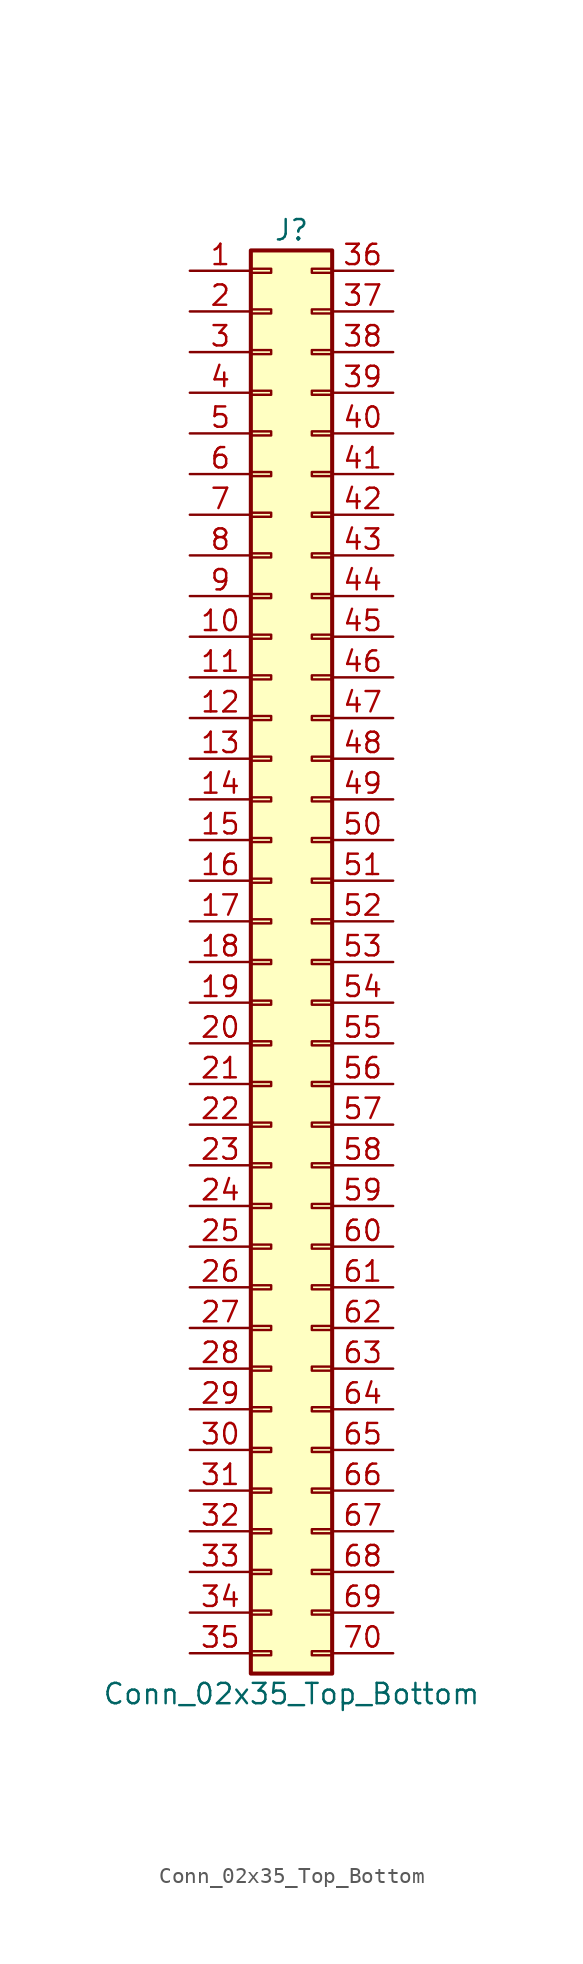
<source format=kicad_sym>
(kicad_symbol_lib
  (version 20220914)
  (generator kicad_symbol_editor)
  (symbol "Conn_02x35_Top_Bottom"
    (pin_names
      (offset 1.016) hide)
    (property "Reference" "J"
      (at 1.27 45.72 0)
      (effects (font (size 1.27 1.27))))
    (property "Value" "Conn_02x35_Top_Bottom"
      (at 1.27 -45.72 0)
      (effects (font (size 1.27 1.27))))
    (symbol "Conn_02x35_Top_Bottom_1_1"
      (rectangle (start -1.27 -43.053) (end 0 -43.307) (stroke (width 0.152) (type solid)) (fill (type none)))
      (rectangle (start -1.27 -40.513) (end 0 -40.767) (stroke (width 0.152) (type solid)) (fill (type none)))
      (rectangle (start -1.27 -37.973) (end 0 -38.227) (stroke (width 0.152) (type solid)) (fill (type none)))
      (rectangle (start -1.27 -35.433) (end 0 -35.687) (stroke (width 0.152) (type solid)) (fill (type none)))
      (rectangle (start -1.27 -32.893) (end 0 -33.147) (stroke (width 0.152) (type solid)) (fill (type none)))
      (rectangle (start -1.27 -30.353) (end 0 -30.607) (stroke (width 0.152) (type solid)) (fill (type none)))
      (rectangle (start -1.27 -27.813) (end 0 -28.067) (stroke (width 0.152) (type solid)) (fill (type none)))
      (rectangle (start -1.27 -25.273) (end 0 -25.527) (stroke (width 0.152) (type solid)) (fill (type none)))
      (rectangle (start -1.27 -22.733) (end 0 -22.987) (stroke (width 0.152) (type solid)) (fill (type none)))
      (rectangle (start -1.27 -20.193) (end 0 -20.447) (stroke (width 0.152) (type solid)) (fill (type none)))
      (rectangle (start -1.27 -17.653) (end 0 -17.907) (stroke (width 0.152) (type solid)) (fill (type none)))
      (rectangle (start -1.27 -15.113) (end 0 -15.367) (stroke (width 0.152) (type solid)) (fill (type none)))
      (rectangle (start -1.27 -12.573) (end 0 -12.827) (stroke (width 0.152) (type solid)) (fill (type none)))
      (rectangle (start -1.27 -10.033) (end 0 -10.287) (stroke (width 0.152) (type solid)) (fill (type none)))
      (rectangle (start -1.27 -7.493) (end 0 -7.747) (stroke (width 0.152) (type solid)) (fill (type none)))
      (rectangle (start -1.27 -4.953) (end 0 -5.207) (stroke (width 0.152) (type solid)) (fill (type none)))
      (rectangle (start -1.27 -2.413) (end 0 -2.667) (stroke (width 0.152) (type solid)) (fill (type none)))
      (rectangle (start -1.27 0.127) (end 0 -0.127) (stroke (width 0.152) (type solid)) (fill (type none)))
      (rectangle (start -1.27 2.667) (end 0 2.413) (stroke (width 0.152) (type solid)) (fill (type none)))
      (rectangle (start -1.27 5.207) (end 0 4.953) (stroke (width 0.152) (type solid)) (fill (type none)))
      (rectangle (start -1.27 7.747) (end 0 7.493) (stroke (width 0.152) (type solid)) (fill (type none)))
      (rectangle (start -1.27 10.287) (end 0 10.033) (stroke (width 0.152) (type solid)) (fill (type none)))
      (rectangle (start -1.27 12.827) (end 0 12.573) (stroke (width 0.152) (type solid)) (fill (type none)))
      (rectangle (start -1.27 15.367) (end 0 15.113) (stroke (width 0.152) (type solid)) (fill (type none)))
      (rectangle (start -1.27 17.907) (end 0 17.653) (stroke (width 0.152) (type solid)) (fill (type none)))
      (rectangle (start -1.27 20.447) (end 0 20.193) (stroke (width 0.152) (type solid)) (fill (type none)))
      (rectangle (start -1.27 22.987) (end 0 22.733) (stroke (width 0.152) (type solid)) (fill (type none)))
      (rectangle (start -1.27 25.527) (end 0 25.273) (stroke (width 0.152) (type solid)) (fill (type none)))
      (rectangle (start -1.27 28.067) (end 0 27.813) (stroke (width 0.152) (type solid)) (fill (type none)))
      (rectangle (start -1.27 30.607) (end 0 30.353) (stroke (width 0.152) (type solid)) (fill (type none)))
      (rectangle (start -1.27 33.147) (end 0 32.893) (stroke (width 0.152) (type solid)) (fill (type none)))
      (rectangle (start -1.27 35.687) (end 0 35.433) (stroke (width 0.152) (type solid)) (fill (type none)))
      (rectangle (start -1.27 38.227) (end 0 37.973) (stroke (width 0.152) (type solid)) (fill (type none)))
      (rectangle (start -1.27 40.767) (end 0 40.513) (stroke (width 0.152) (type solid)) (fill (type none)))
      (rectangle (start -1.27 43.307) (end 0 43.053) (stroke (width 0.152) (type solid)) (fill (type none)))
      (rectangle (start -1.27 44.45) (end 3.81 -44.45) (stroke (width 0.254) (type solid)) (fill (type background)))
      (rectangle (start 3.81 -43.053) (end 2.54 -43.307) (stroke (width 0.152) (type solid)) (fill (type none)))
      (rectangle (start 3.81 -40.513) (end 2.54 -40.767) (stroke (width 0.152) (type solid)) (fill (type none)))
      (rectangle (start 3.81 -37.973) (end 2.54 -38.227) (stroke (width 0.152) (type solid)) (fill (type none)))
      (rectangle (start 3.81 -35.433) (end 2.54 -35.687) (stroke (width 0.152) (type solid)) (fill (type none)))
      (rectangle (start 3.81 -32.893) (end 2.54 -33.147) (stroke (width 0.152) (type solid)) (fill (type none)))
      (rectangle (start 3.81 -30.353) (end 2.54 -30.607) (stroke (width 0.152) (type solid)) (fill (type none)))
      (rectangle (start 3.81 -27.813) (end 2.54 -28.067) (stroke (width 0.152) (type solid)) (fill (type none)))
      (rectangle (start 3.81 -25.273) (end 2.54 -25.527) (stroke (width 0.152) (type solid)) (fill (type none)))
      (rectangle (start 3.81 -22.733) (end 2.54 -22.987) (stroke (width 0.152) (type solid)) (fill (type none)))
      (rectangle (start 3.81 -20.193) (end 2.54 -20.447) (stroke (width 0.152) (type solid)) (fill (type none)))
      (rectangle (start 3.81 -17.653) (end 2.54 -17.907) (stroke (width 0.152) (type solid)) (fill (type none)))
      (rectangle (start 3.81 -15.113) (end 2.54 -15.367) (stroke (width 0.152) (type solid)) (fill (type none)))
      (rectangle (start 3.81 -12.573) (end 2.54 -12.827) (stroke (width 0.152) (type solid)) (fill (type none)))
      (rectangle (start 3.81 -10.033) (end 2.54 -10.287) (stroke (width 0.152) (type solid)) (fill (type none)))
      (rectangle (start 3.81 -7.493) (end 2.54 -7.747) (stroke (width 0.152) (type solid)) (fill (type none)))
      (rectangle (start 3.81 -4.953) (end 2.54 -5.207) (stroke (width 0.152) (type solid)) (fill (type none)))
      (rectangle (start 3.81 -2.413) (end 2.54 -2.667) (stroke (width 0.152) (type solid)) (fill (type none)))
      (rectangle (start 3.81 0.127) (end 2.54 -0.127) (stroke (width 0.152) (type solid)) (fill (type none)))
      (rectangle (start 3.81 2.667) (end 2.54 2.413) (stroke (width 0.152) (type solid)) (fill (type none)))
      (rectangle (start 3.81 5.207) (end 2.54 4.953) (stroke (width 0.152) (type solid)) (fill (type none)))
      (rectangle (start 3.81 7.747) (end 2.54 7.493) (stroke (width 0.152) (type solid)) (fill (type none)))
      (rectangle (start 3.81 10.287) (end 2.54 10.033) (stroke (width 0.152) (type solid)) (fill (type none)))
      (rectangle (start 3.81 12.827) (end 2.54 12.573) (stroke (width 0.152) (type solid)) (fill (type none)))
      (rectangle (start 3.81 15.367) (end 2.54 15.113) (stroke (width 0.152) (type solid)) (fill (type none)))
      (rectangle (start 3.81 17.907) (end 2.54 17.653) (stroke (width 0.152) (type solid)) (fill (type none)))
      (rectangle (start 3.81 20.447) (end 2.54 20.193) (stroke (width 0.152) (type solid)) (fill (type none)))
      (rectangle (start 3.81 22.987) (end 2.54 22.733) (stroke (width 0.152) (type solid)) (fill (type none)))
      (rectangle (start 3.81 25.527) (end 2.54 25.273) (stroke (width 0.152) (type solid)) (fill (type none)))
      (rectangle (start 3.81 28.067) (end 2.54 27.813) (stroke (width 0.152) (type solid)) (fill (type none)))
      (rectangle (start 3.81 30.607) (end 2.54 30.353) (stroke (width 0.152) (type solid)) (fill (type none)))
      (rectangle (start 3.81 33.147) (end 2.54 32.893) (stroke (width 0.152) (type solid)) (fill (type none)))
      (rectangle (start 3.81 35.687) (end 2.54 35.433) (stroke (width 0.152) (type solid)) (fill (type none)))
      (rectangle (start 3.81 38.227) (end 2.54 37.973) (stroke (width 0.152) (type solid)) (fill (type none)))
      (rectangle (start 3.81 40.767) (end 2.54 40.513) (stroke (width 0.152) (type solid)) (fill (type none)))
      (rectangle (start 3.81 43.307) (end 2.54 43.053) (stroke (width 0.152) (type solid)) (fill (type none)))
      (pin passive line (at -5.08 43.18 0) (length 3.81) (name "Pin_1" (effects (font (size 1.27 1.27)))) (number "1" (effects (font (size 1.27 1.27)))))
      (pin passive line (at -5.08 20.32 0) (length 3.81) (name "Pin_10" (effects (font (size 1.27 1.27)))) (number "10" (effects (font (size 1.27 1.27)))))
      (pin passive line (at -5.08 17.78 0) (length 3.81) (name "Pin_11" (effects (font (size 1.27 1.27)))) (number "11" (effects (font (size 1.27 1.27)))))
      (pin passive line (at -5.08 15.24 0) (length 3.81) (name "Pin_12" (effects (font (size 1.27 1.27)))) (number "12" (effects (font (size 1.27 1.27)))))
      (pin passive line (at -5.08 12.7 0) (length 3.81) (name "Pin_13" (effects (font (size 1.27 1.27)))) (number "13" (effects (font (size 1.27 1.27)))))
      (pin passive line (at -5.08 10.16 0) (length 3.81) (name "Pin_14" (effects (font (size 1.27 1.27)))) (number "14" (effects (font (size 1.27 1.27)))))
      (pin passive line (at -5.08 7.62 0) (length 3.81) (name "Pin_15" (effects (font (size 1.27 1.27)))) (number "15" (effects (font (size 1.27 1.27)))))
      (pin passive line (at -5.08 5.08 0) (length 3.81) (name "Pin_16" (effects (font (size 1.27 1.27)))) (number "16" (effects (font (size 1.27 1.27)))))
      (pin passive line (at -5.08 2.54 0) (length 3.81) (name "Pin_17" (effects (font (size 1.27 1.27)))) (number "17" (effects (font (size 1.27 1.27)))))
      (pin passive line (at -5.08 0 0) (length 3.81) (name "Pin_18" (effects (font (size 1.27 1.27)))) (number "18" (effects (font (size 1.27 1.27)))))
      (pin passive line (at -5.08 -2.54 0) (length 3.81) (name "Pin_19" (effects (font (size 1.27 1.27)))) (number "19" (effects (font (size 1.27 1.27)))))
      (pin passive line (at -5.08 40.64 0) (length 3.81) (name "Pin_2" (effects (font (size 1.27 1.27)))) (number "2" (effects (font (size 1.27 1.27)))))
      (pin passive line (at -5.08 -5.08 0) (length 3.81) (name "Pin_20" (effects (font (size 1.27 1.27)))) (number "20" (effects (font (size 1.27 1.27)))))
      (pin passive line (at -5.08 -7.62 0) (length 3.81) (name "Pin_21" (effects (font (size 1.27 1.27)))) (number "21" (effects (font (size 1.27 1.27)))))
      (pin passive line (at -5.08 -10.16 0) (length 3.81) (name "Pin_22" (effects (font (size 1.27 1.27)))) (number "22" (effects (font (size 1.27 1.27)))))
      (pin passive line (at -5.08 -12.7 0) (length 3.81) (name "Pin_23" (effects (font (size 1.27 1.27)))) (number "23" (effects (font (size 1.27 1.27)))))
      (pin passive line (at -5.08 -15.24 0) (length 3.81) (name "Pin_24" (effects (font (size 1.27 1.27)))) (number "24" (effects (font (size 1.27 1.27)))))
      (pin passive line (at -5.08 -17.78 0) (length 3.81) (name "Pin_25" (effects (font (size 1.27 1.27)))) (number "25" (effects (font (size 1.27 1.27)))))
      (pin passive line (at -5.08 -20.32 0) (length 3.81) (name "Pin_26" (effects (font (size 1.27 1.27)))) (number "26" (effects (font (size 1.27 1.27)))))
      (pin passive line (at -5.08 -22.86 0) (length 3.81) (name "Pin_27" (effects (font (size 1.27 1.27)))) (number "27" (effects (font (size 1.27 1.27)))))
      (pin passive line (at -5.08 -25.4 0) (length 3.81) (name "Pin_28" (effects (font (size 1.27 1.27)))) (number "28" (effects (font (size 1.27 1.27)))))
      (pin passive line (at -5.08 -27.94 0) (length 3.81) (name "Pin_29" (effects (font (size 1.27 1.27)))) (number "29" (effects (font (size 1.27 1.27)))))
      (pin passive line (at -5.08 38.1 0) (length 3.81) (name "Pin_3" (effects (font (size 1.27 1.27)))) (number "3" (effects (font (size 1.27 1.27)))))
      (pin passive line (at -5.08 -30.48 0) (length 3.81) (name "Pin_30" (effects (font (size 1.27 1.27)))) (number "30" (effects (font (size 1.27 1.27)))))
      (pin passive line (at -5.08 -33.02 0) (length 3.81) (name "Pin_31" (effects (font (size 1.27 1.27)))) (number "31" (effects (font (size 1.27 1.27)))))
      (pin passive line (at -5.08 -35.56 0) (length 3.81) (name "Pin_32" (effects (font (size 1.27 1.27)))) (number "32" (effects (font (size 1.27 1.27)))))
      (pin passive line (at -5.08 -38.1 0) (length 3.81) (name "Pin_33" (effects (font (size 1.27 1.27)))) (number "33" (effects (font (size 1.27 1.27)))))
      (pin passive line (at -5.08 -40.64 0) (length 3.81) (name "Pin_34" (effects (font (size 1.27 1.27)))) (number "34" (effects (font (size 1.27 1.27)))))
      (pin passive line (at -5.08 -43.18 0) (length 3.81) (name "Pin_35" (effects (font (size 1.27 1.27)))) (number "35" (effects (font (size 1.27 1.27)))))
      (pin passive line (at 7.62 43.18 180) (length 3.81) (name "Pin_36" (effects (font (size 1.27 1.27)))) (number "36" (effects (font (size 1.27 1.27)))))
      (pin passive line (at 7.62 40.64 180) (length 3.81) (name "Pin_37" (effects (font (size 1.27 1.27)))) (number "37" (effects (font (size 1.27 1.27)))))
      (pin passive line (at 7.62 38.1 180) (length 3.81) (name "Pin_38" (effects (font (size 1.27 1.27)))) (number "38" (effects (font (size 1.27 1.27)))))
      (pin passive line (at 7.62 35.56 180) (length 3.81) (name "Pin_39" (effects (font (size 1.27 1.27)))) (number "39" (effects (font (size 1.27 1.27)))))
      (pin passive line (at -5.08 35.56 0) (length 3.81) (name "Pin_4" (effects (font (size 1.27 1.27)))) (number "4" (effects (font (size 1.27 1.27)))))
      (pin passive line (at 7.62 33.02 180) (length 3.81) (name "Pin_40" (effects (font (size 1.27 1.27)))) (number "40" (effects (font (size 1.27 1.27)))))
      (pin passive line (at 7.62 30.48 180) (length 3.81) (name "Pin_41" (effects (font (size 1.27 1.27)))) (number "41" (effects (font (size 1.27 1.27)))))
      (pin passive line (at 7.62 27.94 180) (length 3.81) (name "Pin_42" (effects (font (size 1.27 1.27)))) (number "42" (effects (font (size 1.27 1.27)))))
      (pin passive line (at 7.62 25.4 180) (length 3.81) (name "Pin_43" (effects (font (size 1.27 1.27)))) (number "43" (effects (font (size 1.27 1.27)))))
      (pin passive line (at 7.62 22.86 180) (length 3.81) (name "Pin_44" (effects (font (size 1.27 1.27)))) (number "44" (effects (font (size 1.27 1.27)))))
      (pin passive line (at 7.62 20.32 180) (length 3.81) (name "Pin_45" (effects (font (size 1.27 1.27)))) (number "45" (effects (font (size 1.27 1.27)))))
      (pin passive line (at 7.62 17.78 180) (length 3.81) (name "Pin_46" (effects (font (size 1.27 1.27)))) (number "46" (effects (font (size 1.27 1.27)))))
      (pin passive line (at 7.62 15.24 180) (length 3.81) (name "Pin_47" (effects (font (size 1.27 1.27)))) (number "47" (effects (font (size 1.27 1.27)))))
      (pin passive line (at 7.62 12.7 180) (length 3.81) (name "Pin_48" (effects (font (size 1.27 1.27)))) (number "48" (effects (font (size 1.27 1.27)))))
      (pin passive line (at 7.62 10.16 180) (length 3.81) (name "Pin_49" (effects (font (size 1.27 1.27)))) (number "49" (effects (font (size 1.27 1.27)))))
      (pin passive line (at -5.08 33.02 0) (length 3.81) (name "Pin_5" (effects (font (size 1.27 1.27)))) (number "5" (effects (font (size 1.27 1.27)))))
      (pin passive line (at 7.62 7.62 180) (length 3.81) (name "Pin_50" (effects (font (size 1.27 1.27)))) (number "50" (effects (font (size 1.27 1.27)))))
      (pin passive line (at 7.62 5.08 180) (length 3.81) (name "Pin_51" (effects (font (size 1.27 1.27)))) (number "51" (effects (font (size 1.27 1.27)))))
      (pin passive line (at 7.62 2.54 180) (length 3.81) (name "Pin_52" (effects (font (size 1.27 1.27)))) (number "52" (effects (font (size 1.27 1.27)))))
      (pin passive line (at 7.62 0 180) (length 3.81) (name "Pin_53" (effects (font (size 1.27 1.27)))) (number "53" (effects (font (size 1.27 1.27)))))
      (pin passive line (at 7.62 -2.54 180) (length 3.81) (name "Pin_54" (effects (font (size 1.27 1.27)))) (number "54" (effects (font (size 1.27 1.27)))))
      (pin passive line (at 7.62 -5.08 180) (length 3.81) (name "Pin_55" (effects (font (size 1.27 1.27)))) (number "55" (effects (font (size 1.27 1.27)))))
      (pin passive line (at 7.62 -7.62 180) (length 3.81) (name "Pin_56" (effects (font (size 1.27 1.27)))) (number "56" (effects (font (size 1.27 1.27)))))
      (pin passive line (at 7.62 -10.16 180) (length 3.81) (name "Pin_57" (effects (font (size 1.27 1.27)))) (number "57" (effects (font (size 1.27 1.27)))))
      (pin passive line (at 7.62 -12.7 180) (length 3.81) (name "Pin_58" (effects (font (size 1.27 1.27)))) (number "58" (effects (font (size 1.27 1.27)))))
      (pin passive line (at 7.62 -15.24 180) (length 3.81) (name "Pin_59" (effects (font (size 1.27 1.27)))) (number "59" (effects (font (size 1.27 1.27)))))
      (pin passive line (at -5.08 30.48 0) (length 3.81) (name "Pin_6" (effects (font (size 1.27 1.27)))) (number "6" (effects (font (size 1.27 1.27)))))
      (pin passive line (at 7.62 -17.78 180) (length 3.81) (name "Pin_60" (effects (font (size 1.27 1.27)))) (number "60" (effects (font (size 1.27 1.27)))))
      (pin passive line (at 7.62 -20.32 180) (length 3.81) (name "Pin_61" (effects (font (size 1.27 1.27)))) (number "61" (effects (font (size 1.27 1.27)))))
      (pin passive line (at 7.62 -22.86 180) (length 3.81) (name "Pin_62" (effects (font (size 1.27 1.27)))) (number "62" (effects (font (size 1.27 1.27)))))
      (pin passive line (at 7.62 -25.4 180) (length 3.81) (name "Pin_63" (effects (font (size 1.27 1.27)))) (number "63" (effects (font (size 1.27 1.27)))))
      (pin passive line (at 7.62 -27.94 180) (length 3.81) (name "Pin_64" (effects (font (size 1.27 1.27)))) (number "64" (effects (font (size 1.27 1.27)))))
      (pin passive line (at 7.62 -30.48 180) (length 3.81) (name "Pin_65" (effects (font (size 1.27 1.27)))) (number "65" (effects (font (size 1.27 1.27)))))
      (pin passive line (at 7.62 -33.02 180) (length 3.81) (name "Pin_66" (effects (font (size 1.27 1.27)))) (number "66" (effects (font (size 1.27 1.27)))))
      (pin passive line (at 7.62 -35.56 180) (length 3.81) (name "Pin_67" (effects (font (size 1.27 1.27)))) (number "67" (effects (font (size 1.27 1.27)))))
      (pin passive line (at 7.62 -38.1 180) (length 3.81) (name "Pin_68" (effects (font (size 1.27 1.27)))) (number "68" (effects (font (size 1.27 1.27)))))
      (pin passive line (at 7.62 -40.64 180) (length 3.81) (name "Pin_69" (effects (font (size 1.27 1.27)))) (number "69" (effects (font (size 1.27 1.27)))))
      (pin passive line (at -5.08 27.94 0) (length 3.81) (name "Pin_7" (effects (font (size 1.27 1.27)))) (number "7" (effects (font (size 1.27 1.27)))))
      (pin passive line (at 7.62 -43.18 180) (length 3.81) (name "Pin_70" (effects (font (size 1.27 1.27)))) (number "70" (effects (font (size 1.27 1.27)))))
      (pin passive line (at -5.08 25.4 0) (length 3.81) (name "Pin_8" (effects (font (size 1.27 1.27)))) (number "8" (effects (font (size 1.27 1.27)))))
      (pin passive line (at -5.08 22.86 0) (length 3.81) (name "Pin_9" (effects (font (size 1.27 1.27)))) (number "9" (effects (font (size 1.27 1.27))))))))
</source>
